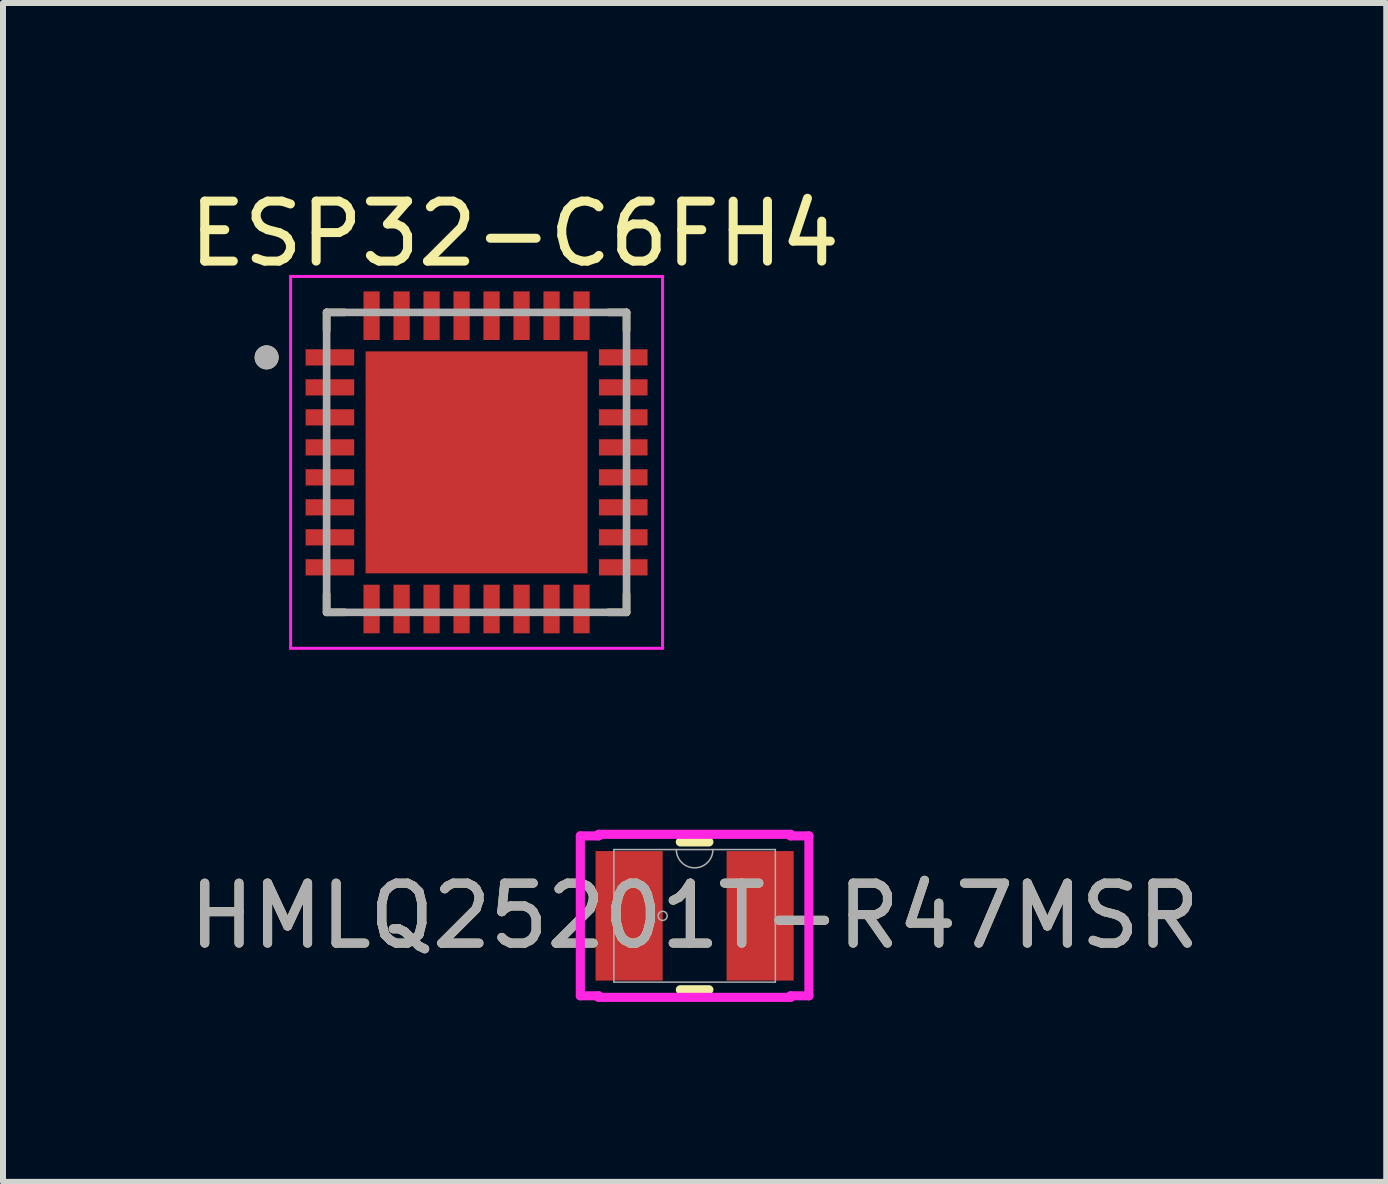
<source format=kicad_pcb>
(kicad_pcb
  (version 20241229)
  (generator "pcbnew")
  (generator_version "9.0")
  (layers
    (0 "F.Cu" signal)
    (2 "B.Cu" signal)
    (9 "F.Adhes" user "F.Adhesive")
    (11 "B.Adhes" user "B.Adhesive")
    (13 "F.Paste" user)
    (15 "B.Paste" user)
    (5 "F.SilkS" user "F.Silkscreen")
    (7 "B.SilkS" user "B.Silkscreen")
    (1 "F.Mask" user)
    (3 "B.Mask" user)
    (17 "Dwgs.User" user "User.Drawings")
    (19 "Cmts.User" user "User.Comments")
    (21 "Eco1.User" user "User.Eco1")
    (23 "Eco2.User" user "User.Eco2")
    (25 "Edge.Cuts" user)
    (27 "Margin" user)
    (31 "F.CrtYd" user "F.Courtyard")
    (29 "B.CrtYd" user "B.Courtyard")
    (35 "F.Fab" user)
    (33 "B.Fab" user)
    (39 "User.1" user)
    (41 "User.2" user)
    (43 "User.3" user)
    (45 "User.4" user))
  (footprint "ESP32-C6FH4"
    (layer "F.Cu")
    (at 4.895 4.658)
    (property "Reference" "ESP32-C6FH4" (at 0.635 -3.81 0) (layer "F.SilkS") (effects (font (size 1 1) (thickness 0.15))))
    (attr smd)
    (fp_poly (pts (xy -2.9 -1.935) (xy -1.99 -1.935) (xy -1.99 -1.565) (xy -2.9 -1.565)) (stroke (width 0.01) (type solid)) (fill yes) (layer "F.Mask"))
    (fp_poly (pts (xy -2.9 -1.435) (xy -1.99 -1.435) (xy -1.99 -1.065) (xy -2.9 -1.065)) (stroke (width 0.01) (type solid)) (fill yes) (layer "F.Mask"))
    (fp_poly (pts (xy -2.9 -0.935) (xy -1.99 -0.935) (xy -1.99 -0.565) (xy -2.9 -0.565)) (stroke (width 0.01) (type solid)) (fill yes) (layer "F.Mask"))
    (fp_poly (pts (xy -2.9 -0.435) (xy -1.99 -0.435) (xy -1.99 -0.065) (xy -2.9 -0.065)) (stroke (width 0.01) (type solid)) (fill yes) (layer "F.Mask"))
    (fp_poly (pts (xy -2.9 0.065) (xy -1.99 0.065) (xy -1.99 0.435) (xy -2.9 0.435)) (stroke (width 0.01) (type solid)) (fill yes) (layer "F.Mask"))
    (fp_poly (pts (xy -2.9 0.565) (xy -1.99 0.565) (xy -1.99 0.935) (xy -2.9 0.935)) (stroke (width 0.01) (type solid)) (fill yes) (layer "F.Mask"))
    (fp_poly (pts (xy -2.9 1.065) (xy -1.99 1.065) (xy -1.99 1.435) (xy -2.9 1.435)) (stroke (width 0.01) (type solid)) (fill yes) (layer "F.Mask"))
    (fp_poly (pts (xy -2.9 1.565) (xy -1.99 1.565) (xy -1.99 1.935) (xy -2.9 1.935)) (stroke (width 0.01) (type solid)) (fill yes) (layer "F.Mask"))
    (fp_poly (pts (xy -1.935 -2.9) (xy -1.565 -2.9) (xy -1.565 -1.99) (xy -1.935 -1.99)) (stroke (width 0.01) (type solid)) (fill yes) (layer "F.Mask"))
    (fp_poly (pts (xy -1.935 1.99) (xy -1.565 1.99) (xy -1.565 2.9) (xy -1.935 2.9)) (stroke (width 0.01) (type solid)) (fill yes) (layer "F.Mask"))
    (fp_poly (pts (xy -1.9 -1.9) (xy 1.9 -1.9) (xy 1.9 1.9) (xy -1.9 1.9)) (stroke (width 0.01) (type solid)) (fill yes) (layer "F.Mask"))
    (fp_poly (pts (xy -1.435 -2.9) (xy -1.065 -2.9) (xy -1.065 -1.99) (xy -1.435 -1.99)) (stroke (width 0.01) (type solid)) (fill yes) (layer "F.Mask"))
    (fp_poly (pts (xy -1.435 1.99) (xy -1.065 1.99) (xy -1.065 2.9) (xy -1.435 2.9)) (stroke (width 0.01) (type solid)) (fill yes) (layer "F.Mask"))
    (fp_poly (pts (xy -0.935 -2.9) (xy -0.565 -2.9) (xy -0.565 -1.99) (xy -0.935 -1.99)) (stroke (width 0.01) (type solid)) (fill yes) (layer "F.Mask"))
    (fp_poly (pts (xy -0.935 1.99) (xy -0.565 1.99) (xy -0.565 2.9) (xy -0.935 2.9)) (stroke (width 0.01) (type solid)) (fill yes) (layer "F.Mask"))
    (fp_poly (pts (xy -0.435 -2.9) (xy -0.065 -2.9) (xy -0.065 -1.99) (xy -0.435 -1.99)) (stroke (width 0.01) (type solid)) (fill yes) (layer "F.Mask"))
    (fp_poly (pts (xy -0.435 1.99) (xy -0.065 1.99) (xy -0.065 2.9) (xy -0.435 2.9)) (stroke (width 0.01) (type solid)) (fill yes) (layer "F.Mask"))
    (fp_poly (pts (xy 0.065 -2.9) (xy 0.435 -2.9) (xy 0.435 -1.99) (xy 0.065 -1.99)) (stroke (width 0.01) (type solid)) (fill yes) (layer "F.Mask"))
    (fp_poly (pts (xy 0.065 1.99) (xy 0.435 1.99) (xy 0.435 2.9) (xy 0.065 2.9)) (stroke (width 0.01) (type solid)) (fill yes) (layer "F.Mask"))
    (fp_poly (pts (xy 0.565 -2.9) (xy 0.935 -2.9) (xy 0.935 -1.99) (xy 0.565 -1.99)) (stroke (width 0.01) (type solid)) (fill yes) (layer "F.Mask"))
    (fp_poly (pts (xy 0.565 1.99) (xy 0.935 1.99) (xy 0.935 2.9) (xy 0.565 2.9)) (stroke (width 0.01) (type solid)) (fill yes) (layer "F.Mask"))
    (fp_poly (pts (xy 1.065 -2.9) (xy 1.435 -2.9) (xy 1.435 -1.99) (xy 1.065 -1.99)) (stroke (width 0.01) (type solid)) (fill yes) (layer "F.Mask"))
    (fp_poly (pts (xy 1.065 1.99) (xy 1.435 1.99) (xy 1.435 2.9) (xy 1.065 2.9)) (stroke (width 0.01) (type solid)) (fill yes) (layer "F.Mask"))
    (fp_poly (pts (xy 1.565 -2.9) (xy 1.935 -2.9) (xy 1.935 -1.99) (xy 1.565 -1.99)) (stroke (width 0.01) (type solid)) (fill yes) (layer "F.Mask"))
    (fp_poly (pts (xy 1.565 1.99) (xy 1.935 1.99) (xy 1.935 2.9) (xy 1.565 2.9)) (stroke (width 0.01) (type solid)) (fill yes) (layer "F.Mask"))
    (fp_poly (pts (xy 1.99 -1.935) (xy 2.9 -1.935) (xy 2.9 -1.565) (xy 1.99 -1.565)) (stroke (width 0.01) (type solid)) (fill yes) (layer "F.Mask"))
    (fp_poly (pts (xy 1.99 -1.435) (xy 2.9 -1.435) (xy 2.9 -1.065) (xy 1.99 -1.065)) (stroke (width 0.01) (type solid)) (fill yes) (layer "F.Mask"))
    (fp_poly (pts (xy 1.99 -0.935) (xy 2.9 -0.935) (xy 2.9 -0.565) (xy 1.99 -0.565)) (stroke (width 0.01) (type solid)) (fill yes) (layer "F.Mask"))
    (fp_poly (pts (xy 1.99 -0.435) (xy 2.9 -0.435) (xy 2.9 -0.065) (xy 1.99 -0.065)) (stroke (width 0.01) (type solid)) (fill yes) (layer "F.Mask"))
    (fp_poly (pts (xy 1.99 0.065) (xy 2.9 0.065) (xy 2.9 0.435) (xy 1.99 0.435)) (stroke (width 0.01) (type solid)) (fill yes) (layer "F.Mask"))
    (fp_poly (pts (xy 1.99 0.565) (xy 2.9 0.565) (xy 2.9 0.935) (xy 1.99 0.935)) (stroke (width 0.01) (type solid)) (fill yes) (layer "F.Mask"))
    (fp_poly (pts (xy 1.99 1.065) (xy 2.9 1.065) (xy 2.9 1.435) (xy 1.99 1.435)) (stroke (width 0.01) (type solid)) (fill yes) (layer "F.Mask"))
    (fp_poly (pts (xy 1.99 1.565) (xy 2.9 1.565) (xy 2.9 1.935) (xy 1.99 1.935)) (stroke (width 0.01) (type solid)) (fill yes) (layer "F.Mask"))
    (fp_line (start -2.5 -2.5) (end -2.5 -2.2) (stroke (width 0.127) (type solid)) (layer "F.SilkS"))
    (fp_line (start -2.5 -2.5) (end -2.2 -2.5) (stroke (width 0.127) (type solid)) (layer "F.SilkS"))
    (fp_line (start -2.5 2.5) (end -2.5 2.2) (stroke (width 0.127) (type solid)) (layer "F.SilkS"))
    (fp_line (start -2.5 2.5) (end -2.2 2.5) (stroke (width 0.127) (type solid)) (layer "F.SilkS"))
    (fp_line (start 2.5 -2.5) (end 2.2 -2.5) (stroke (width 0.127) (type solid)) (layer "F.SilkS"))
    (fp_line (start 2.5 -2.5) (end 2.5 -2.2) (stroke (width 0.127) (type solid)) (layer "F.SilkS"))
    (fp_line (start 2.5 2.5) (end 2.2 2.5) (stroke (width 0.127) (type solid)) (layer "F.SilkS"))
    (fp_line (start 2.5 2.5) (end 2.5 2.2) (stroke (width 0.127) (type solid)) (layer "F.SilkS"))
    (fp_circle (center -3.5 -1.75) (end -3.4 -1.75) (stroke (width 0.2) (type solid)) (fill no) (layer "F.SilkS"))
    (fp_poly (pts (xy -1.17 -1.17) (xy 1.17 -1.17) (xy 1.17 1.17) (xy -1.17 1.17)) (stroke (width 0.01) (type solid)) (fill yes) (layer "F.Paste"))
    (fp_line (start -3.1 -3.1) (end 3.1 -3.1) (stroke (width 0.05) (type solid)) (layer "F.CrtYd"))
    (fp_line (start -3.1 3.1) (end -3.1 -3.1) (stroke (width 0.05) (type solid)) (layer "F.CrtYd"))
    (fp_line (start 3.1 -3.1) (end 3.1 3.1) (stroke (width 0.05) (type solid)) (layer "F.CrtYd"))
    (fp_line (start 3.1 3.1) (end -3.1 3.1) (stroke (width 0.05) (type solid)) (layer "F.CrtYd"))
    (fp_line (start -2.5 -2.5) (end 2.5 -2.5) (stroke (width 0.127) (type solid)) (layer "F.Fab"))
    (fp_line (start -2.5 2.5) (end -2.5 -2.5) (stroke (width 0.127) (type solid)) (layer "F.Fab"))
    (fp_line (start 2.5 -2.5) (end 2.5 2.5) (stroke (width 0.127) (type solid)) (layer "F.Fab"))
    (fp_line (start 2.5 2.5) (end -2.5 2.5) (stroke (width 0.127) (type solid)) (layer "F.Fab"))
    (fp_circle (center -3.5 -1.75) (end -3.4 -1.75) (stroke (width 0.2) (type solid)) (fill no) (layer "F.Fab"))
    (pad "1" smd rect (at -2.445 -1.75) (size 0.81 0.27) (layers "F.Cu" "F.Paste"))
    (pad "2" smd rect (at -2.445 -1.25) (size 0.81 0.27) (layers "F.Cu" "F.Paste"))
    (pad "3" smd rect (at -2.445 -0.75) (size 0.81 0.27) (layers "F.Cu" "F.Paste"))
    (pad "4" smd rect (at -2.445 -0.25) (size 0.81 0.27) (layers "F.Cu" "F.Paste"))
    (pad "5" smd rect (at -2.445 0.25) (size 0.81 0.27) (layers "F.Cu" "F.Paste"))
    (pad "6" smd rect (at -2.445 0.75) (size 0.81 0.27) (layers "F.Cu" "F.Paste"))
    (pad "7" smd rect (at -2.445 1.25) (size 0.81 0.27) (layers "F.Cu" "F.Paste"))
    (pad "8" smd rect (at -2.445 1.75) (size 0.81 0.27) (layers "F.Cu" "F.Paste"))
    (pad "9" smd rect (at -1.75 2.445) (size 0.27 0.81) (layers "F.Cu" "F.Paste"))
    (pad "10" smd rect (at -1.25 2.445) (size 0.27 0.81) (layers "F.Cu" "F.Paste"))
    (pad "11" smd rect (at -0.75 2.445) (size 0.27 0.81) (layers "F.Cu" "F.Paste"))
    (pad "12" smd rect (at -0.25 2.445) (size 0.27 0.81) (layers "F.Cu" "F.Paste"))
    (pad "13" smd rect (at 0.25 2.445) (size 0.27 0.81) (layers "F.Cu" "F.Paste"))
    (pad "14" smd rect (at 0.75 2.445) (size 0.27 0.81) (layers "F.Cu" "F.Paste"))
    (pad "15" smd rect (at 1.25 2.445) (size 0.27 0.81) (layers "F.Cu" "F.Paste"))
    (pad "16" smd rect (at 1.75 2.445) (size 0.27 0.81) (layers "F.Cu" "F.Paste"))
    (pad "17" smd rect (at 2.445 1.75) (size 0.81 0.27) (layers "F.Cu" "F.Paste"))
    (pad "18" smd rect (at 2.445 1.25) (size 0.81 0.27) (layers "F.Cu" "F.Paste"))
    (pad "19" smd rect (at 2.445 0.75) (size 0.81 0.27) (layers "F.Cu" "F.Paste"))
    (pad "20" smd rect (at 2.445 0.25) (size 0.81 0.27) (layers "F.Cu" "F.Paste"))
    (pad "21" smd rect (at 2.445 -0.25) (size 0.81 0.27) (layers "F.Cu" "F.Paste"))
    (pad "22" smd rect (at 2.445 -0.75) (size 0.81 0.27) (layers "F.Cu" "F.Paste"))
    (pad "23" smd rect (at 2.445 -1.25) (size 0.81 0.27) (layers "F.Cu" "F.Paste"))
    (pad "24" smd rect (at 2.445 -1.75) (size 0.81 0.27) (layers "F.Cu" "F.Paste"))
    (pad "25" smd rect (at 1.75 -2.445) (size 0.27 0.81) (layers "F.Cu" "F.Paste"))
    (pad "26" smd rect (at 1.25 -2.445) (size 0.27 0.81) (layers "F.Cu" "F.Paste"))
    (pad "27" smd rect (at 0.75 -2.445) (size 0.27 0.81) (layers "F.Cu" "F.Paste"))
    (pad "28" smd rect (at 0.25 -2.445) (size 0.27 0.81) (layers "F.Cu" "F.Paste"))
    (pad "29" smd rect (at -0.25 -2.445) (size 0.27 0.81) (layers "F.Cu" "F.Paste"))
    (pad "30" smd rect (at -0.75 -2.445) (size 0.27 0.81) (layers "F.Cu" "F.Paste"))
    (pad "31" smd rect (at -1.25 -2.445) (size 0.27 0.81) (layers "F.Cu" "F.Paste"))
    (pad "32" smd rect (at -1.75 -2.445) (size 0.27 0.81) (layers "F.Cu" "F.Paste"))
    (pad "33" smd rect (at 0 0) (size 3.7 3.7) (layers "F.Cu")))
  (footprint "HMLQ25201T-R47MSR"
    (layer "F.Cu")
    (at 8.53 12.218)
    (property "Reference" "HMLQ25201T-R47MSR" (at 0 0 0) (unlocked yes) (layer "F.SilkS") (effects (font (size 1 1) (thickness 0.15))))
    (attr smd)
    (fp_line (start -0.238 1.232) (end 0.238 1.232) (stroke (width 0.152) (type solid)) (layer "F.SilkS"))
    (fp_line (start 0.238 -1.232) (end -0.238 -1.232) (stroke (width 0.152) (type solid)) (layer "F.SilkS"))
    (fp_line (start -1.905 -1.333) (end -1.6 -1.333) (stroke (width 0.152) (type solid)) (layer "F.CrtYd"))
    (fp_line (start -1.905 1.333) (end -1.905 -1.333) (stroke (width 0.152) (type solid)) (layer "F.CrtYd"))
    (fp_line (start -1.905 1.333) (end -1.6 1.333) (stroke (width 0.152) (type solid)) (layer "F.CrtYd"))
    (fp_line (start -1.6 -1.359) (end 1.6 -1.359) (stroke (width 0.152) (type solid)) (layer "F.CrtYd"))
    (fp_line (start -1.6 -1.333) (end -1.6 -1.359) (stroke (width 0.152) (type solid)) (layer "F.CrtYd"))
    (fp_line (start -1.6 1.359) (end -1.6 1.333) (stroke (width 0.152) (type solid)) (layer "F.CrtYd"))
    (fp_line (start 1.6 -1.359) (end 1.6 -1.333) (stroke (width 0.152) (type solid)) (layer "F.CrtYd"))
    (fp_line (start 1.6 1.333) (end 1.6 1.359) (stroke (width 0.152) (type solid)) (layer "F.CrtYd"))
    (fp_line (start 1.6 1.359) (end -1.6 1.359) (stroke (width 0.152) (type solid)) (layer "F.CrtYd"))
    (fp_line (start 1.905 -1.333) (end 1.6 -1.333) (stroke (width 0.152) (type solid)) (layer "F.CrtYd"))
    (fp_line (start 1.905 -1.333) (end 1.905 1.333) (stroke (width 0.152) (type solid)) (layer "F.CrtYd"))
    (fp_line (start 1.905 1.333) (end 1.6 1.333) (stroke (width 0.152) (type solid)) (layer "F.CrtYd"))
    (fp_line (start -1.346 -1.105) (end -1.346 1.105) (stroke (width 0.025) (type solid)) (layer "F.Fab"))
    (fp_line (start -1.346 1.105) (end 1.346 1.105) (stroke (width 0.025) (type solid)) (layer "F.Fab"))
    (fp_line (start 1.346 -1.105) (end -1.346 -1.105) (stroke (width 0.025) (type solid)) (layer "F.Fab"))
    (fp_line (start 1.346 1.105) (end 1.346 -1.105) (stroke (width 0.025) (type solid)) (layer "F.Fab"))
    (fp_arc (start 0.3048 -1.1049) (mid 0 -0.8001) (end -0.3048 -1.1049) (stroke (width 0.0254) (type solid)) (layer "F.Fab"))
    (fp_circle (center -0.533 0) (end -0.457 0) (stroke (width 0.025) (type solid)) (fill no) (layer "F.Fab"))
    (fp_text user "${REFERENCE}" (at 0 0 0) (unlocked yes) (layer "F.Fab") (effects (font (size 1 1) (thickness 0.15))))
    (pad "1" smd rect (at -1.092 0) (size 1.118 2.159) (layers "F.Cu" "F.Mask" "F.Paste"))
    (pad "2" smd rect (at 1.092 0) (size 1.118 2.159) (layers "F.Cu" "F.Mask" "F.Paste")))
  (gr_rect
    (start -3 -3)
    (end 20.06 16.653)
    (stroke (width 0.1) (type default))
    (fill no)
    (layer "Edge.Cuts")))
</source>
